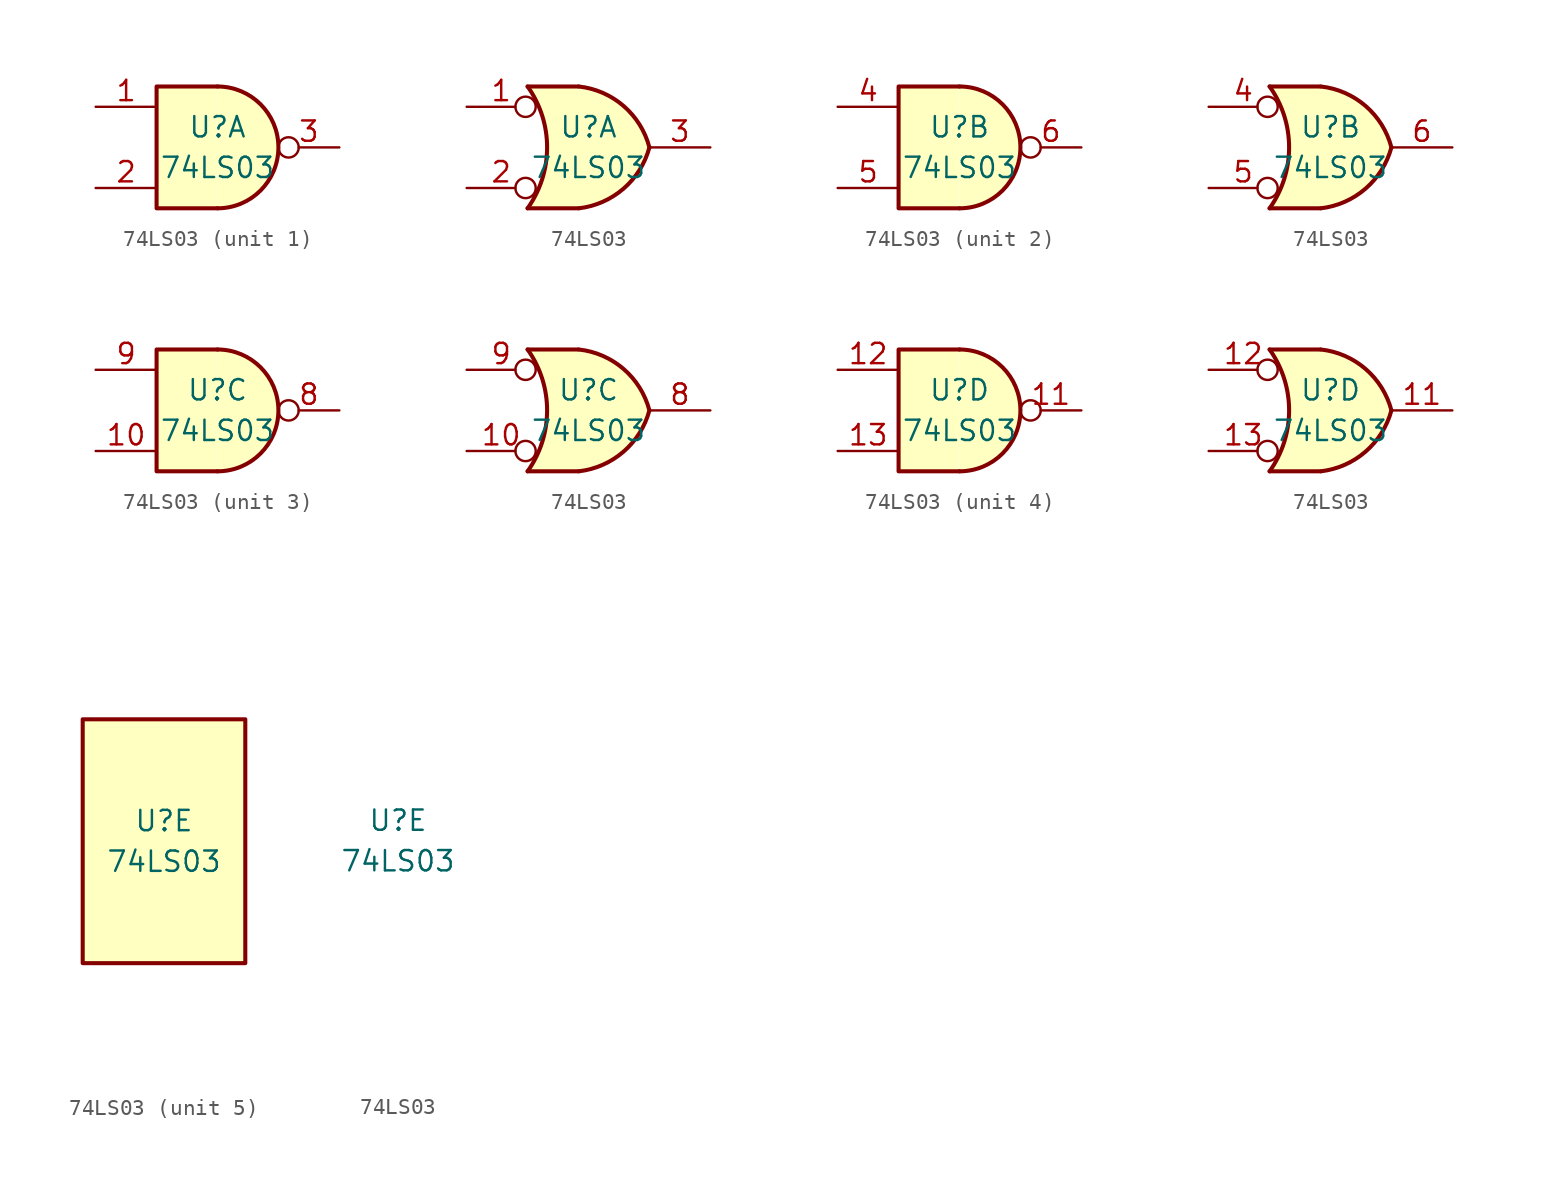
<source format=kicad_sym>
(kicad_symbol_lib
  (version 20211014)
  (generator kicad_symbol_editor)
  (symbol "74LS03"
    (pin_names
      (offset 1.016))
    (property "Reference" "U"
      (at 0 1.27 0)
      (effects (font (size 1.27 1.27))))
    (property "Value" "74LS03"
      (at 0 -1.27 0)
      (effects (font (size 1.27 1.27))))
    (property "ki_locked" ""
      (at 0 0 0)
      (effects (font (size 1.27 1.27))))
    (symbol "74LS03_1_1"
      (arc (start 0 -3.81) (mid 3.81 0) (end 0 3.81) (stroke (width 0.254) (type default) (color 0 0 0 0)) (fill (type background)))
      (polyline (pts (xy 0 3.81) (xy -3.81 3.81) (xy -3.81 -3.81) (xy 0 -3.81)) (stroke (width 0.254) (type default) (color 0 0 0 0)) (fill (type background)))
      (pin input line (at -7.62 2.54 0) (length 3.81) (name "~" (effects (font (size 1.27 1.27)))) (number "1" (effects (font (size 1.27 1.27)))))
      (pin input line (at -7.62 -2.54 0) (length 3.81) (name "~" (effects (font (size 1.27 1.27)))) (number "2" (effects (font (size 1.27 1.27)))))
      (pin open_collector inverted (at 7.62 0 180) (length 3.81) (name "~" (effects (font (size 1.27 1.27)))) (number "3" (effects (font (size 1.27 1.27))))))
    (symbol "74LS03_1_2"
      (arc (start -3.81 -3.81) (mid -2.589 0) (end -3.81 3.81) (stroke (width 0.254) (type default) (color 0 0 0 0)) (fill (type none)))
      (arc (start -0.6096 -3.81) (mid 2.1842 -2.5851) (end 3.81 0) (stroke (width 0.254) (type default) (color 0 0 0 0)) (fill (type background)))
      (polyline (pts (xy -3.81 -3.81) (xy -0.635 -3.81)) (stroke (width 0.254) (type default) (color 0 0 0 0)) (fill (type background)))
      (polyline (pts (xy -3.81 3.81) (xy -0.635 3.81)) (stroke (width 0.254) (type default) (color 0 0 0 0)) (fill (type background)))
      (polyline (pts (xy -0.635 3.81) (xy -3.81 3.81) (xy -3.81 3.81) (xy -3.556 3.404) (xy -3.023 2.261) (xy -2.692 1.041) (xy -2.616 -0.254) (xy -2.769 -1.499) (xy -3.175 -2.718) (xy -3.81 -3.81) (xy -3.81 -3.81) (xy -0.635 -3.81)) (stroke (width -25.4) (type default) (color 0 0 0 0)) (fill (type background)))
      (arc (start 3.81 0) (mid 2.1915 2.5936) (end -0.6096 3.81) (stroke (width 0.254) (type default) (color 0 0 0 0)) (fill (type background)))
      (pin input inverted (at -7.62 2.54 0) (length 4.318) (name "~" (effects (font (size 1.27 1.27)))) (number "1" (effects (font (size 1.27 1.27)))))
      (pin input inverted (at -7.62 -2.54 0) (length 4.318) (name "~" (effects (font (size 1.27 1.27)))) (number "2" (effects (font (size 1.27 1.27)))))
      (pin open_collector line (at 7.62 0 180) (length 3.81) (name "~" (effects (font (size 1.27 1.27)))) (number "3" (effects (font (size 1.27 1.27))))))
    (symbol "74LS03_2_1"
      (arc (start 0 -3.81) (mid 3.81 0) (end 0 3.81) (stroke (width 0.254) (type default) (color 0 0 0 0)) (fill (type background)))
      (polyline (pts (xy 0 3.81) (xy -3.81 3.81) (xy -3.81 -3.81) (xy 0 -3.81)) (stroke (width 0.254) (type default) (color 0 0 0 0)) (fill (type background)))
      (pin input line (at -7.62 2.54 0) (length 3.81) (name "~" (effects (font (size 1.27 1.27)))) (number "4" (effects (font (size 1.27 1.27)))))
      (pin input line (at -7.62 -2.54 0) (length 3.81) (name "~" (effects (font (size 1.27 1.27)))) (number "5" (effects (font (size 1.27 1.27)))))
      (pin open_collector inverted (at 7.62 0 180) (length 3.81) (name "~" (effects (font (size 1.27 1.27)))) (number "6" (effects (font (size 1.27 1.27))))))
    (symbol "74LS03_2_2"
      (arc (start -3.81 -3.81) (mid -2.589 0) (end -3.81 3.81) (stroke (width 0.254) (type default) (color 0 0 0 0)) (fill (type none)))
      (arc (start -0.6096 -3.81) (mid 2.1842 -2.5851) (end 3.81 0) (stroke (width 0.254) (type default) (color 0 0 0 0)) (fill (type background)))
      (polyline (pts (xy -3.81 -3.81) (xy -0.635 -3.81)) (stroke (width 0.254) (type default) (color 0 0 0 0)) (fill (type background)))
      (polyline (pts (xy -3.81 3.81) (xy -0.635 3.81)) (stroke (width 0.254) (type default) (color 0 0 0 0)) (fill (type background)))
      (polyline (pts (xy -0.635 3.81) (xy -3.81 3.81) (xy -3.81 3.81) (xy -3.556 3.404) (xy -3.023 2.261) (xy -2.692 1.041) (xy -2.616 -0.254) (xy -2.769 -1.499) (xy -3.175 -2.718) (xy -3.81 -3.81) (xy -3.81 -3.81) (xy -0.635 -3.81)) (stroke (width -25.4) (type default) (color 0 0 0 0)) (fill (type background)))
      (arc (start 3.81 0) (mid 2.1915 2.5936) (end -0.6096 3.81) (stroke (width 0.254) (type default) (color 0 0 0 0)) (fill (type background)))
      (pin input inverted (at -7.62 2.54 0) (length 4.318) (name "~" (effects (font (size 1.27 1.27)))) (number "4" (effects (font (size 1.27 1.27)))))
      (pin input inverted (at -7.62 -2.54 0) (length 4.318) (name "~" (effects (font (size 1.27 1.27)))) (number "5" (effects (font (size 1.27 1.27)))))
      (pin open_collector line (at 7.62 0 180) (length 3.81) (name "~" (effects (font (size 1.27 1.27)))) (number "6" (effects (font (size 1.27 1.27))))))
    (symbol "74LS03_3_1"
      (arc (start 0 -3.81) (mid 3.81 0) (end 0 3.81) (stroke (width 0.254) (type default) (color 0 0 0 0)) (fill (type background)))
      (polyline (pts (xy 0 3.81) (xy -3.81 3.81) (xy -3.81 -3.81) (xy 0 -3.81)) (stroke (width 0.254) (type default) (color 0 0 0 0)) (fill (type background)))
      (pin input line (at -7.62 -2.54 0) (length 3.81) (name "~" (effects (font (size 1.27 1.27)))) (number "10" (effects (font (size 1.27 1.27)))))
      (pin open_collector inverted (at 7.62 0 180) (length 3.81) (name "~" (effects (font (size 1.27 1.27)))) (number "8" (effects (font (size 1.27 1.27)))))
      (pin input line (at -7.62 2.54 0) (length 3.81) (name "~" (effects (font (size 1.27 1.27)))) (number "9" (effects (font (size 1.27 1.27))))))
    (symbol "74LS03_3_2"
      (arc (start -3.81 -3.81) (mid -2.589 0) (end -3.81 3.81) (stroke (width 0.254) (type default) (color 0 0 0 0)) (fill (type none)))
      (arc (start -0.6096 -3.81) (mid 2.1842 -2.5851) (end 3.81 0) (stroke (width 0.254) (type default) (color 0 0 0 0)) (fill (type background)))
      (polyline (pts (xy -3.81 -3.81) (xy -0.635 -3.81)) (stroke (width 0.254) (type default) (color 0 0 0 0)) (fill (type background)))
      (polyline (pts (xy -3.81 3.81) (xy -0.635 3.81)) (stroke (width 0.254) (type default) (color 0 0 0 0)) (fill (type background)))
      (polyline (pts (xy -0.635 3.81) (xy -3.81 3.81) (xy -3.81 3.81) (xy -3.556 3.404) (xy -3.023 2.261) (xy -2.692 1.041) (xy -2.616 -0.254) (xy -2.769 -1.499) (xy -3.175 -2.718) (xy -3.81 -3.81) (xy -3.81 -3.81) (xy -0.635 -3.81)) (stroke (width -25.4) (type default) (color 0 0 0 0)) (fill (type background)))
      (arc (start 3.81 0) (mid 2.1915 2.5936) (end -0.6096 3.81) (stroke (width 0.254) (type default) (color 0 0 0 0)) (fill (type background)))
      (pin input inverted (at -7.62 -2.54 0) (length 4.318) (name "~" (effects (font (size 1.27 1.27)))) (number "10" (effects (font (size 1.27 1.27)))))
      (pin open_collector line (at 7.62 0 180) (length 3.81) (name "~" (effects (font (size 1.27 1.27)))) (number "8" (effects (font (size 1.27 1.27)))))
      (pin input inverted (at -7.62 2.54 0) (length 4.318) (name "~" (effects (font (size 1.27 1.27)))) (number "9" (effects (font (size 1.27 1.27))))))
    (symbol "74LS03_4_1"
      (arc (start 0 -3.81) (mid 3.81 0) (end 0 3.81) (stroke (width 0.254) (type default) (color 0 0 0 0)) (fill (type background)))
      (polyline (pts (xy 0 3.81) (xy -3.81 3.81) (xy -3.81 -3.81) (xy 0 -3.81)) (stroke (width 0.254) (type default) (color 0 0 0 0)) (fill (type background)))
      (pin open_collector inverted (at 7.62 0 180) (length 3.81) (name "~" (effects (font (size 1.27 1.27)))) (number "11" (effects (font (size 1.27 1.27)))))
      (pin input line (at -7.62 2.54 0) (length 3.81) (name "~" (effects (font (size 1.27 1.27)))) (number "12" (effects (font (size 1.27 1.27)))))
      (pin input line (at -7.62 -2.54 0) (length 3.81) (name "~" (effects (font (size 1.27 1.27)))) (number "13" (effects (font (size 1.27 1.27))))))
    (symbol "74LS03_4_2"
      (arc (start -3.81 -3.81) (mid -2.589 0) (end -3.81 3.81) (stroke (width 0.254) (type default) (color 0 0 0 0)) (fill (type none)))
      (arc (start -0.6096 -3.81) (mid 2.1842 -2.5851) (end 3.81 0) (stroke (width 0.254) (type default) (color 0 0 0 0)) (fill (type background)))
      (polyline (pts (xy -3.81 -3.81) (xy -0.635 -3.81)) (stroke (width 0.254) (type default) (color 0 0 0 0)) (fill (type background)))
      (polyline (pts (xy -3.81 3.81) (xy -0.635 3.81)) (stroke (width 0.254) (type default) (color 0 0 0 0)) (fill (type background)))
      (polyline (pts (xy -0.635 3.81) (xy -3.81 3.81) (xy -3.81 3.81) (xy -3.556 3.404) (xy -3.023 2.261) (xy -2.692 1.041) (xy -2.616 -0.254) (xy -2.769 -1.499) (xy -3.175 -2.718) (xy -3.81 -3.81) (xy -3.81 -3.81) (xy -0.635 -3.81)) (stroke (width -25.4) (type default) (color 0 0 0 0)) (fill (type background)))
      (arc (start 3.81 0) (mid 2.1915 2.5936) (end -0.6096 3.81) (stroke (width 0.254) (type default) (color 0 0 0 0)) (fill (type background)))
      (pin open_collector line (at 7.62 0 180) (length 3.81) (name "~" (effects (font (size 1.27 1.27)))) (number "11" (effects (font (size 1.27 1.27)))))
      (pin input inverted (at -7.62 2.54 0) (length 4.318) (name "~" (effects (font (size 1.27 1.27)))) (number "12" (effects (font (size 1.27 1.27)))))
      (pin input inverted (at -7.62 -2.54 0) (length 4.318) (name "~" (effects (font (size 1.27 1.27)))) (number "13" (effects (font (size 1.27 1.27))))))
    (symbol "74LS03_5_0"
      (pin input line (at 0 12.7 270) (length 5.08) hide (name "VCC" (effects (font (size 1.27 1.27)))) (number "14" (effects (font (size 1.27 1.27)))))
      (pin input line (at 0 -12.7 90) (length 5.08) hide (name "GND" (effects (font (size 1.27 1.27)))) (number "7" (effects (font (size 1.27 1.27))))))
    (symbol "74LS03_5_1"
      (rectangle (start -5.08 7.62) (end 5.08 -7.62) (stroke (width 0.254) (type default) (color 0 0 0 0)) (fill (type background))))))
</source>
